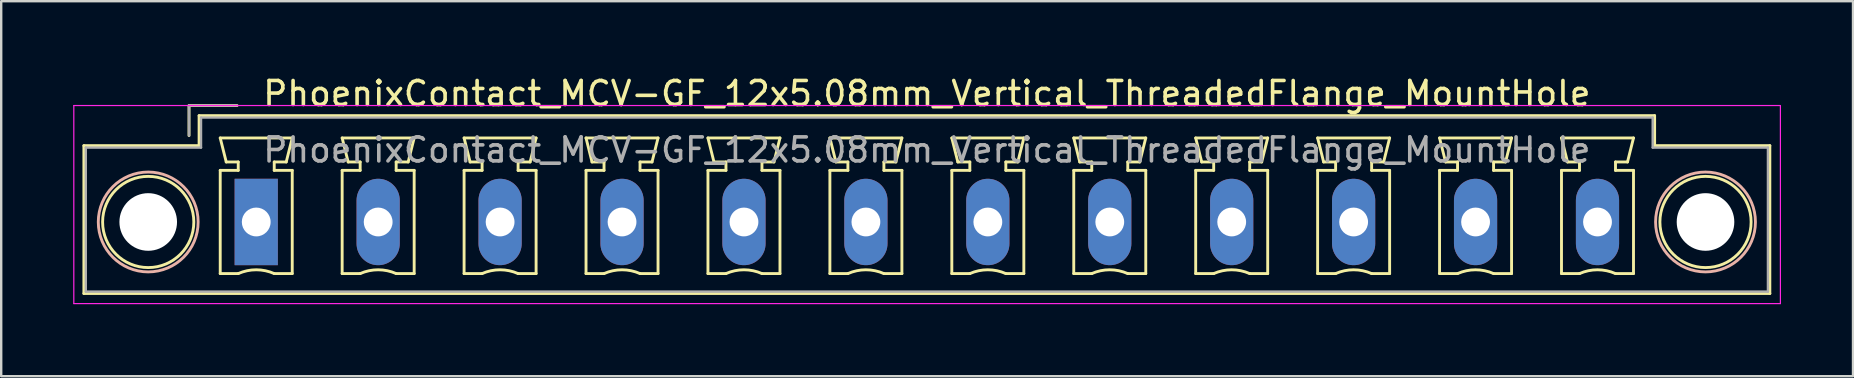
<source format=kicad_pcb>
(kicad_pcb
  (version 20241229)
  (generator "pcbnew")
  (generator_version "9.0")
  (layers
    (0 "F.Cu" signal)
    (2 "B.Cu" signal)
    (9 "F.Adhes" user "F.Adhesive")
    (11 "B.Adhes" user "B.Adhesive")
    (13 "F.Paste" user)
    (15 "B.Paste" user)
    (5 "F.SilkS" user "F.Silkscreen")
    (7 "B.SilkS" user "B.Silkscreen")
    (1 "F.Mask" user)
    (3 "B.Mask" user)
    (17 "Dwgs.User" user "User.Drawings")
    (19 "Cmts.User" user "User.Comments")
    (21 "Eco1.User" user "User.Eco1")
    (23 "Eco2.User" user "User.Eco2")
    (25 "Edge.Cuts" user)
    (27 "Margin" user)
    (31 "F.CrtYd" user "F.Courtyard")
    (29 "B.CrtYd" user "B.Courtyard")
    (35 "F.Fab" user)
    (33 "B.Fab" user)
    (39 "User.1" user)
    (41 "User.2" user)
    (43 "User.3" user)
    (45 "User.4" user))
  (footprint "PhoenixContact_MCV-GF_12x5.08mm_Vertical_ThreadedFlange_MountHole"
    (layer "F.Cu")
    (at 7.625 6.198)
    (property "Reference" "PhoenixContact_MCV-GF_12x5.08mm_Vertical_ThreadedFlange_MountHole" (at 27.94 -5.35 0) (layer "F.SilkS") (effects (font (size 1 1) (thickness 0.15))))
    (attr through_hole)
    (fp_line (start -7.18 -3.18) (end -7.18 2.98) (stroke (width 0.12) (type solid)) (layer "F.SilkS"))
    (fp_line (start -7.18 2.98) (end 63.06 2.98) (stroke (width 0.12) (type solid)) (layer "F.SilkS"))
    (fp_line (start -2.8 -4.85) (end -0.8 -4.85) (stroke (width 0.12) (type solid)) (layer "F.SilkS"))
    (fp_line (start -2.8 -3.6) (end -2.8 -4.85) (stroke (width 0.12) (type solid)) (layer "F.SilkS"))
    (fp_line (start -2.38 -4.43) (end -2.38 -3.18) (stroke (width 0.12) (type solid)) (layer "F.SilkS"))
    (fp_line (start -2.38 -3.18) (end -7.18 -3.18) (stroke (width 0.12) (type solid)) (layer "F.SilkS"))
    (fp_line (start -1.5 -3.5) (end 1.5 -3.5) (stroke (width 0.12) (type solid)) (layer "F.SilkS"))
    (fp_line (start -1.5 -2.15) (end -0.75 -2.15) (stroke (width 0.12) (type solid)) (layer "F.SilkS"))
    (fp_line (start -1.5 2.15) (end -1.5 -2.15) (stroke (width 0.12) (type solid)) (layer "F.SilkS"))
    (fp_line (start -1.25 -2.5) (end -1.5 -3.5) (stroke (width 0.12) (type solid)) (layer "F.SilkS"))
    (fp_line (start -0.75 -2.5) (end -1.25 -2.5) (stroke (width 0.12) (type solid)) (layer "F.SilkS"))
    (fp_line (start -0.75 -2.15) (end -0.75 -2.5) (stroke (width 0.12) (type solid)) (layer "F.SilkS"))
    (fp_line (start -0.75 2.15) (end -1.5 2.15) (stroke (width 0.12) (type solid)) (layer "F.SilkS"))
    (fp_line (start 0.75 -2.5) (end 0.75 -2.15) (stroke (width 0.12) (type solid)) (layer "F.SilkS"))
    (fp_line (start 0.75 -2.15) (end 1.5 -2.15) (stroke (width 0.12) (type solid)) (layer "F.SilkS"))
    (fp_line (start 1.25 -2.5) (end 0.75 -2.5) (stroke (width 0.12) (type solid)) (layer "F.SilkS"))
    (fp_line (start 1.5 -3.5) (end 1.25 -2.5) (stroke (width 0.12) (type solid)) (layer "F.SilkS"))
    (fp_line (start 1.5 -2.15) (end 1.5 2.15) (stroke (width 0.12) (type solid)) (layer "F.SilkS"))
    (fp_line (start 1.5 2.15) (end 0.75 2.15) (stroke (width 0.12) (type solid)) (layer "F.SilkS"))
    (fp_line (start 3.58 -3.5) (end 6.58 -3.5) (stroke (width 0.12) (type solid)) (layer "F.SilkS"))
    (fp_line (start 3.58 -2.15) (end 4.33 -2.15) (stroke (width 0.12) (type solid)) (layer "F.SilkS"))
    (fp_line (start 3.58 2.15) (end 3.58 -2.15) (stroke (width 0.12) (type solid)) (layer "F.SilkS"))
    (fp_line (start 3.83 -2.5) (end 3.58 -3.5) (stroke (width 0.12) (type solid)) (layer "F.SilkS"))
    (fp_line (start 4.33 -2.5) (end 3.83 -2.5) (stroke (width 0.12) (type solid)) (layer "F.SilkS"))
    (fp_line (start 4.33 -2.15) (end 4.33 -2.5) (stroke (width 0.12) (type solid)) (layer "F.SilkS"))
    (fp_line (start 4.33 2.15) (end 3.58 2.15) (stroke (width 0.12) (type solid)) (layer "F.SilkS"))
    (fp_line (start 5.83 -2.5) (end 5.83 -2.15) (stroke (width 0.12) (type solid)) (layer "F.SilkS"))
    (fp_line (start 5.83 -2.15) (end 6.58 -2.15) (stroke (width 0.12) (type solid)) (layer "F.SilkS"))
    (fp_line (start 6.33 -2.5) (end 5.83 -2.5) (stroke (width 0.12) (type solid)) (layer "F.SilkS"))
    (fp_line (start 6.58 -3.5) (end 6.33 -2.5) (stroke (width 0.12) (type solid)) (layer "F.SilkS"))
    (fp_line (start 6.58 -2.15) (end 6.58 2.15) (stroke (width 0.12) (type solid)) (layer "F.SilkS"))
    (fp_line (start 6.58 2.15) (end 5.83 2.15) (stroke (width 0.12) (type solid)) (layer "F.SilkS"))
    (fp_line (start 8.66 -3.5) (end 11.66 -3.5) (stroke (width 0.12) (type solid)) (layer "F.SilkS"))
    (fp_line (start 8.66 -2.15) (end 9.41 -2.15) (stroke (width 0.12) (type solid)) (layer "F.SilkS"))
    (fp_line (start 8.66 2.15) (end 8.66 -2.15) (stroke (width 0.12) (type solid)) (layer "F.SilkS"))
    (fp_line (start 8.91 -2.5) (end 8.66 -3.5) (stroke (width 0.12) (type solid)) (layer "F.SilkS"))
    (fp_line (start 9.41 -2.5) (end 8.91 -2.5) (stroke (width 0.12) (type solid)) (layer "F.SilkS"))
    (fp_line (start 9.41 -2.15) (end 9.41 -2.5) (stroke (width 0.12) (type solid)) (layer "F.SilkS"))
    (fp_line (start 9.41 2.15) (end 8.66 2.15) (stroke (width 0.12) (type solid)) (layer "F.SilkS"))
    (fp_line (start 10.91 -2.5) (end 10.91 -2.15) (stroke (width 0.12) (type solid)) (layer "F.SilkS"))
    (fp_line (start 10.91 -2.15) (end 11.66 -2.15) (stroke (width 0.12) (type solid)) (layer "F.SilkS"))
    (fp_line (start 11.41 -2.5) (end 10.91 -2.5) (stroke (width 0.12) (type solid)) (layer "F.SilkS"))
    (fp_line (start 11.66 -3.5) (end 11.41 -2.5) (stroke (width 0.12) (type solid)) (layer "F.SilkS"))
    (fp_line (start 11.66 -2.15) (end 11.66 2.15) (stroke (width 0.12) (type solid)) (layer "F.SilkS"))
    (fp_line (start 11.66 2.15) (end 10.91 2.15) (stroke (width 0.12) (type solid)) (layer "F.SilkS"))
    (fp_line (start 13.74 -3.5) (end 16.74 -3.5) (stroke (width 0.12) (type solid)) (layer "F.SilkS"))
    (fp_line (start 13.74 -2.15) (end 14.49 -2.15) (stroke (width 0.12) (type solid)) (layer "F.SilkS"))
    (fp_line (start 13.74 2.15) (end 13.74 -2.15) (stroke (width 0.12) (type solid)) (layer "F.SilkS"))
    (fp_line (start 13.99 -2.5) (end 13.74 -3.5) (stroke (width 0.12) (type solid)) (layer "F.SilkS"))
    (fp_line (start 14.49 -2.5) (end 13.99 -2.5) (stroke (width 0.12) (type solid)) (layer "F.SilkS"))
    (fp_line (start 14.49 -2.15) (end 14.49 -2.5) (stroke (width 0.12) (type solid)) (layer "F.SilkS"))
    (fp_line (start 14.49 2.15) (end 13.74 2.15) (stroke (width 0.12) (type solid)) (layer "F.SilkS"))
    (fp_line (start 15.99 -2.5) (end 15.99 -2.15) (stroke (width 0.12) (type solid)) (layer "F.SilkS"))
    (fp_line (start 15.99 -2.15) (end 16.74 -2.15) (stroke (width 0.12) (type solid)) (layer "F.SilkS"))
    (fp_line (start 16.49 -2.5) (end 15.99 -2.5) (stroke (width 0.12) (type solid)) (layer "F.SilkS"))
    (fp_line (start 16.74 -3.5) (end 16.49 -2.5) (stroke (width 0.12) (type solid)) (layer "F.SilkS"))
    (fp_line (start 16.74 -2.15) (end 16.74 2.15) (stroke (width 0.12) (type solid)) (layer "F.SilkS"))
    (fp_line (start 16.74 2.15) (end 15.99 2.15) (stroke (width 0.12) (type solid)) (layer "F.SilkS"))
    (fp_line (start 18.82 -3.5) (end 21.82 -3.5) (stroke (width 0.12) (type solid)) (layer "F.SilkS"))
    (fp_line (start 18.82 -2.15) (end 19.57 -2.15) (stroke (width 0.12) (type solid)) (layer "F.SilkS"))
    (fp_line (start 18.82 2.15) (end 18.82 -2.15) (stroke (width 0.12) (type solid)) (layer "F.SilkS"))
    (fp_line (start 19.07 -2.5) (end 18.82 -3.5) (stroke (width 0.12) (type solid)) (layer "F.SilkS"))
    (fp_line (start 19.57 -2.5) (end 19.07 -2.5) (stroke (width 0.12) (type solid)) (layer "F.SilkS"))
    (fp_line (start 19.57 -2.15) (end 19.57 -2.5) (stroke (width 0.12) (type solid)) (layer "F.SilkS"))
    (fp_line (start 19.57 2.15) (end 18.82 2.15) (stroke (width 0.12) (type solid)) (layer "F.SilkS"))
    (fp_line (start 21.07 -2.5) (end 21.07 -2.15) (stroke (width 0.12) (type solid)) (layer "F.SilkS"))
    (fp_line (start 21.07 -2.15) (end 21.82 -2.15) (stroke (width 0.12) (type solid)) (layer "F.SilkS"))
    (fp_line (start 21.57 -2.5) (end 21.07 -2.5) (stroke (width 0.12) (type solid)) (layer "F.SilkS"))
    (fp_line (start 21.82 -3.5) (end 21.57 -2.5) (stroke (width 0.12) (type solid)) (layer "F.SilkS"))
    (fp_line (start 21.82 -2.15) (end 21.82 2.15) (stroke (width 0.12) (type solid)) (layer "F.SilkS"))
    (fp_line (start 21.82 2.15) (end 21.07 2.15) (stroke (width 0.12) (type solid)) (layer "F.SilkS"))
    (fp_line (start 23.9 -3.5) (end 26.9 -3.5) (stroke (width 0.12) (type solid)) (layer "F.SilkS"))
    (fp_line (start 23.9 -2.15) (end 24.65 -2.15) (stroke (width 0.12) (type solid)) (layer "F.SilkS"))
    (fp_line (start 23.9 2.15) (end 23.9 -2.15) (stroke (width 0.12) (type solid)) (layer "F.SilkS"))
    (fp_line (start 24.15 -2.5) (end 23.9 -3.5) (stroke (width 0.12) (type solid)) (layer "F.SilkS"))
    (fp_line (start 24.65 -2.5) (end 24.15 -2.5) (stroke (width 0.12) (type solid)) (layer "F.SilkS"))
    (fp_line (start 24.65 -2.15) (end 24.65 -2.5) (stroke (width 0.12) (type solid)) (layer "F.SilkS"))
    (fp_line (start 24.65 2.15) (end 23.9 2.15) (stroke (width 0.12) (type solid)) (layer "F.SilkS"))
    (fp_line (start 26.15 -2.5) (end 26.15 -2.15) (stroke (width 0.12) (type solid)) (layer "F.SilkS"))
    (fp_line (start 26.15 -2.15) (end 26.9 -2.15) (stroke (width 0.12) (type solid)) (layer "F.SilkS"))
    (fp_line (start 26.65 -2.5) (end 26.15 -2.5) (stroke (width 0.12) (type solid)) (layer "F.SilkS"))
    (fp_line (start 26.9 -3.5) (end 26.65 -2.5) (stroke (width 0.12) (type solid)) (layer "F.SilkS"))
    (fp_line (start 26.9 -2.15) (end 26.9 2.15) (stroke (width 0.12) (type solid)) (layer "F.SilkS"))
    (fp_line (start 26.9 2.15) (end 26.15 2.15) (stroke (width 0.12) (type solid)) (layer "F.SilkS"))
    (fp_line (start 28.98 -3.5) (end 31.98 -3.5) (stroke (width 0.12) (type solid)) (layer "F.SilkS"))
    (fp_line (start 28.98 -2.15) (end 29.73 -2.15) (stroke (width 0.12) (type solid)) (layer "F.SilkS"))
    (fp_line (start 28.98 2.15) (end 28.98 -2.15) (stroke (width 0.12) (type solid)) (layer "F.SilkS"))
    (fp_line (start 29.23 -2.5) (end 28.98 -3.5) (stroke (width 0.12) (type solid)) (layer "F.SilkS"))
    (fp_line (start 29.73 -2.5) (end 29.23 -2.5) (stroke (width 0.12) (type solid)) (layer "F.SilkS"))
    (fp_line (start 29.73 -2.15) (end 29.73 -2.5) (stroke (width 0.12) (type solid)) (layer "F.SilkS"))
    (fp_line (start 29.73 2.15) (end 28.98 2.15) (stroke (width 0.12) (type solid)) (layer "F.SilkS"))
    (fp_line (start 31.23 -2.5) (end 31.23 -2.15) (stroke (width 0.12) (type solid)) (layer "F.SilkS"))
    (fp_line (start 31.23 -2.15) (end 31.98 -2.15) (stroke (width 0.12) (type solid)) (layer "F.SilkS"))
    (fp_line (start 31.73 -2.5) (end 31.23 -2.5) (stroke (width 0.12) (type solid)) (layer "F.SilkS"))
    (fp_line (start 31.98 -3.5) (end 31.73 -2.5) (stroke (width 0.12) (type solid)) (layer "F.SilkS"))
    (fp_line (start 31.98 -2.15) (end 31.98 2.15) (stroke (width 0.12) (type solid)) (layer "F.SilkS"))
    (fp_line (start 31.98 2.15) (end 31.23 2.15) (stroke (width 0.12) (type solid)) (layer "F.SilkS"))
    (fp_line (start 34.06 -3.5) (end 37.06 -3.5) (stroke (width 0.12) (type solid)) (layer "F.SilkS"))
    (fp_line (start 34.06 -2.15) (end 34.81 -2.15) (stroke (width 0.12) (type solid)) (layer "F.SilkS"))
    (fp_line (start 34.06 2.15) (end 34.06 -2.15) (stroke (width 0.12) (type solid)) (layer "F.SilkS"))
    (fp_line (start 34.31 -2.5) (end 34.06 -3.5) (stroke (width 0.12) (type solid)) (layer "F.SilkS"))
    (fp_line (start 34.81 -2.5) (end 34.31 -2.5) (stroke (width 0.12) (type solid)) (layer "F.SilkS"))
    (fp_line (start 34.81 -2.15) (end 34.81 -2.5) (stroke (width 0.12) (type solid)) (layer "F.SilkS"))
    (fp_line (start 34.81 2.15) (end 34.06 2.15) (stroke (width 0.12) (type solid)) (layer "F.SilkS"))
    (fp_line (start 36.31 -2.5) (end 36.31 -2.15) (stroke (width 0.12) (type solid)) (layer "F.SilkS"))
    (fp_line (start 36.31 -2.15) (end 37.06 -2.15) (stroke (width 0.12) (type solid)) (layer "F.SilkS"))
    (fp_line (start 36.81 -2.5) (end 36.31 -2.5) (stroke (width 0.12) (type solid)) (layer "F.SilkS"))
    (fp_line (start 37.06 -3.5) (end 36.81 -2.5) (stroke (width 0.12) (type solid)) (layer "F.SilkS"))
    (fp_line (start 37.06 -2.15) (end 37.06 2.15) (stroke (width 0.12) (type solid)) (layer "F.SilkS"))
    (fp_line (start 37.06 2.15) (end 36.31 2.15) (stroke (width 0.12) (type solid)) (layer "F.SilkS"))
    (fp_line (start 39.14 -3.5) (end 42.14 -3.5) (stroke (width 0.12) (type solid)) (layer "F.SilkS"))
    (fp_line (start 39.14 -2.15) (end 39.89 -2.15) (stroke (width 0.12) (type solid)) (layer "F.SilkS"))
    (fp_line (start 39.14 2.15) (end 39.14 -2.15) (stroke (width 0.12) (type solid)) (layer "F.SilkS"))
    (fp_line (start 39.39 -2.5) (end 39.14 -3.5) (stroke (width 0.12) (type solid)) (layer "F.SilkS"))
    (fp_line (start 39.89 -2.5) (end 39.39 -2.5) (stroke (width 0.12) (type solid)) (layer "F.SilkS"))
    (fp_line (start 39.89 -2.15) (end 39.89 -2.5) (stroke (width 0.12) (type solid)) (layer "F.SilkS"))
    (fp_line (start 39.89 2.15) (end 39.14 2.15) (stroke (width 0.12) (type solid)) (layer "F.SilkS"))
    (fp_line (start 41.39 -2.5) (end 41.39 -2.15) (stroke (width 0.12) (type solid)) (layer "F.SilkS"))
    (fp_line (start 41.39 -2.15) (end 42.14 -2.15) (stroke (width 0.12) (type solid)) (layer "F.SilkS"))
    (fp_line (start 41.89 -2.5) (end 41.39 -2.5) (stroke (width 0.12) (type solid)) (layer "F.SilkS"))
    (fp_line (start 42.14 -3.5) (end 41.89 -2.5) (stroke (width 0.12) (type solid)) (layer "F.SilkS"))
    (fp_line (start 42.14 -2.15) (end 42.14 2.15) (stroke (width 0.12) (type solid)) (layer "F.SilkS"))
    (fp_line (start 42.14 2.15) (end 41.39 2.15) (stroke (width 0.12) (type solid)) (layer "F.SilkS"))
    (fp_line (start 44.22 -3.5) (end 47.22 -3.5) (stroke (width 0.12) (type solid)) (layer "F.SilkS"))
    (fp_line (start 44.22 -2.15) (end 44.97 -2.15) (stroke (width 0.12) (type solid)) (layer "F.SilkS"))
    (fp_line (start 44.22 2.15) (end 44.22 -2.15) (stroke (width 0.12) (type solid)) (layer "F.SilkS"))
    (fp_line (start 44.47 -2.5) (end 44.22 -3.5) (stroke (width 0.12) (type solid)) (layer "F.SilkS"))
    (fp_line (start 44.97 -2.5) (end 44.47 -2.5) (stroke (width 0.12) (type solid)) (layer "F.SilkS"))
    (fp_line (start 44.97 -2.15) (end 44.97 -2.5) (stroke (width 0.12) (type solid)) (layer "F.SilkS"))
    (fp_line (start 44.97 2.15) (end 44.22 2.15) (stroke (width 0.12) (type solid)) (layer "F.SilkS"))
    (fp_line (start 46.47 -2.5) (end 46.47 -2.15) (stroke (width 0.12) (type solid)) (layer "F.SilkS"))
    (fp_line (start 46.47 -2.15) (end 47.22 -2.15) (stroke (width 0.12) (type solid)) (layer "F.SilkS"))
    (fp_line (start 46.97 -2.5) (end 46.47 -2.5) (stroke (width 0.12) (type solid)) (layer "F.SilkS"))
    (fp_line (start 47.22 -3.5) (end 46.97 -2.5) (stroke (width 0.12) (type solid)) (layer "F.SilkS"))
    (fp_line (start 47.22 -2.15) (end 47.22 2.15) (stroke (width 0.12) (type solid)) (layer "F.SilkS"))
    (fp_line (start 47.22 2.15) (end 46.47 2.15) (stroke (width 0.12) (type solid)) (layer "F.SilkS"))
    (fp_line (start 49.3 -3.5) (end 52.3 -3.5) (stroke (width 0.12) (type solid)) (layer "F.SilkS"))
    (fp_line (start 49.3 -2.15) (end 50.05 -2.15) (stroke (width 0.12) (type solid)) (layer "F.SilkS"))
    (fp_line (start 49.3 2.15) (end 49.3 -2.15) (stroke (width 0.12) (type solid)) (layer "F.SilkS"))
    (fp_line (start 49.55 -2.5) (end 49.3 -3.5) (stroke (width 0.12) (type solid)) (layer "F.SilkS"))
    (fp_line (start 50.05 -2.5) (end 49.55 -2.5) (stroke (width 0.12) (type solid)) (layer "F.SilkS"))
    (fp_line (start 50.05 -2.15) (end 50.05 -2.5) (stroke (width 0.12) (type solid)) (layer "F.SilkS"))
    (fp_line (start 50.05 2.15) (end 49.3 2.15) (stroke (width 0.12) (type solid)) (layer "F.SilkS"))
    (fp_line (start 51.55 -2.5) (end 51.55 -2.15) (stroke (width 0.12) (type solid)) (layer "F.SilkS"))
    (fp_line (start 51.55 -2.15) (end 52.3 -2.15) (stroke (width 0.12) (type solid)) (layer "F.SilkS"))
    (fp_line (start 52.05 -2.5) (end 51.55 -2.5) (stroke (width 0.12) (type solid)) (layer "F.SilkS"))
    (fp_line (start 52.3 -3.5) (end 52.05 -2.5) (stroke (width 0.12) (type solid)) (layer "F.SilkS"))
    (fp_line (start 52.3 -2.15) (end 52.3 2.15) (stroke (width 0.12) (type solid)) (layer "F.SilkS"))
    (fp_line (start 52.3 2.15) (end 51.55 2.15) (stroke (width 0.12) (type solid)) (layer "F.SilkS"))
    (fp_line (start 54.38 -3.5) (end 57.38 -3.5) (stroke (width 0.12) (type solid)) (layer "F.SilkS"))
    (fp_line (start 54.38 -2.15) (end 55.13 -2.15) (stroke (width 0.12) (type solid)) (layer "F.SilkS"))
    (fp_line (start 54.38 2.15) (end 54.38 -2.15) (stroke (width 0.12) (type solid)) (layer "F.SilkS"))
    (fp_line (start 54.63 -2.5) (end 54.38 -3.5) (stroke (width 0.12) (type solid)) (layer "F.SilkS"))
    (fp_line (start 55.13 -2.5) (end 54.63 -2.5) (stroke (width 0.12) (type solid)) (layer "F.SilkS"))
    (fp_line (start 55.13 -2.15) (end 55.13 -2.5) (stroke (width 0.12) (type solid)) (layer "F.SilkS"))
    (fp_line (start 55.13 2.15) (end 54.38 2.15) (stroke (width 0.12) (type solid)) (layer "F.SilkS"))
    (fp_line (start 56.63 -2.5) (end 56.63 -2.15) (stroke (width 0.12) (type solid)) (layer "F.SilkS"))
    (fp_line (start 56.63 -2.15) (end 57.38 -2.15) (stroke (width 0.12) (type solid)) (layer "F.SilkS"))
    (fp_line (start 57.13 -2.5) (end 56.63 -2.5) (stroke (width 0.12) (type solid)) (layer "F.SilkS"))
    (fp_line (start 57.38 -3.5) (end 57.13 -2.5) (stroke (width 0.12) (type solid)) (layer "F.SilkS"))
    (fp_line (start 57.38 -2.15) (end 57.38 2.15) (stroke (width 0.12) (type solid)) (layer "F.SilkS"))
    (fp_line (start 57.38 2.15) (end 56.63 2.15) (stroke (width 0.12) (type solid)) (layer "F.SilkS"))
    (fp_line (start 58.26 -4.43) (end -2.38 -4.43) (stroke (width 0.12) (type solid)) (layer "F.SilkS"))
    (fp_line (start 58.26 -3.18) (end 58.26 -4.43) (stroke (width 0.12) (type solid)) (layer "F.SilkS"))
    (fp_line (start 63.06 -3.18) (end 58.26 -3.18) (stroke (width 0.12) (type solid)) (layer "F.SilkS"))
    (fp_line (start 63.06 2.98) (end 63.06 -3.18) (stroke (width 0.12) (type solid)) (layer "F.SilkS"))
    (fp_arc (start -0.75 2.15) (mid -0.000193 1.99191) (end 0.749647 2.149844) (stroke (width 0.12) (type solid)) (layer "F.SilkS"))
    (fp_arc (start 4.33 2.15) (mid 5.079807 1.99191) (end 5.829647 2.149844) (stroke (width 0.12) (type solid)) (layer "F.SilkS"))
    (fp_arc (start 9.41 2.15) (mid 10.159807 1.99191) (end 10.909647 2.149844) (stroke (width 0.12) (type solid)) (layer "F.SilkS"))
    (fp_arc (start 14.49 2.15) (mid 15.239807 1.99191) (end 15.989647 2.149844) (stroke (width 0.12) (type solid)) (layer "F.SilkS"))
    (fp_arc (start 19.57 2.15) (mid 20.319807 1.99191) (end 21.069647 2.149844) (stroke (width 0.12) (type solid)) (layer "F.SilkS"))
    (fp_arc (start 24.65 2.15) (mid 25.399807 1.99191) (end 26.149647 2.149844) (stroke (width 0.12) (type solid)) (layer "F.SilkS"))
    (fp_arc (start 29.73 2.15) (mid 30.479807 1.99191) (end 31.229647 2.149844) (stroke (width 0.12) (type solid)) (layer "F.SilkS"))
    (fp_arc (start 34.81 2.15) (mid 35.559807 1.99191) (end 36.309647 2.149844) (stroke (width 0.12) (type solid)) (layer "F.SilkS"))
    (fp_arc (start 39.89 2.15) (mid 40.639807 1.99191) (end 41.389647 2.149844) (stroke (width 0.12) (type solid)) (layer "F.SilkS"))
    (fp_arc (start 44.97 2.15) (mid 45.719807 1.99191) (end 46.469647 2.149844) (stroke (width 0.12) (type solid)) (layer "F.SilkS"))
    (fp_arc (start 50.05 2.15) (mid 50.799807 1.99191) (end 51.549647 2.149844) (stroke (width 0.12) (type solid)) (layer "F.SilkS"))
    (fp_arc (start 55.13 2.15) (mid 55.879807 1.99191) (end 56.629647 2.149844) (stroke (width 0.12) (type solid)) (layer "F.SilkS"))
    (fp_circle (center -4.5 0) (end -2.6 0) (stroke (width 0.12) (type solid)) (fill no) (layer "F.SilkS"))
    (fp_circle (center 60.38 0) (end 62.28 0) (stroke (width 0.12) (type solid)) (fill no) (layer "F.SilkS"))
    (fp_circle (center -4.5 0) (end -2.42 0) (stroke (width 0.12) (type solid)) (fill no) (layer "B.SilkS"))
    (fp_circle (center 60.38 0) (end 62.46 0) (stroke (width 0.12) (type solid)) (fill no) (layer "B.SilkS"))
    (fp_line (start -7.6 -4.85) (end -7.6 3.4) (stroke (width 0.05) (type solid)) (layer "F.CrtYd"))
    (fp_line (start -7.6 3.4) (end 63.5 3.4) (stroke (width 0.05) (type solid)) (layer "F.CrtYd"))
    (fp_line (start 63.5 -4.85) (end -7.6 -4.85) (stroke (width 0.05) (type solid)) (layer "F.CrtYd"))
    (fp_line (start 63.5 3.4) (end 63.5 -4.85) (stroke (width 0.05) (type solid)) (layer "F.CrtYd"))
    (fp_line (start -7.1 -3.1) (end -7.1 2.9) (stroke (width 0.1) (type solid)) (layer "F.Fab"))
    (fp_line (start -7.1 2.9) (end 62.98 2.9) (stroke (width 0.1) (type solid)) (layer "F.Fab"))
    (fp_line (start -2.8 -4.85) (end -0.8 -4.85) (stroke (width 0.1) (type solid)) (layer "F.Fab"))
    (fp_line (start -2.8 -3.6) (end -2.8 -4.85) (stroke (width 0.1) (type solid)) (layer "F.Fab"))
    (fp_line (start -2.3 -4.35) (end -2.3 -3.1) (stroke (width 0.1) (type solid)) (layer "F.Fab"))
    (fp_line (start -2.3 -3.1) (end -7.1 -3.1) (stroke (width 0.1) (type solid)) (layer "F.Fab"))
    (fp_line (start 58.18 -4.35) (end -2.3 -4.35) (stroke (width 0.1) (type solid)) (layer "F.Fab"))
    (fp_line (start 58.18 -3.1) (end 58.18 -4.35) (stroke (width 0.1) (type solid)) (layer "F.Fab"))
    (fp_line (start 62.98 -3.1) (end 58.18 -3.1) (stroke (width 0.1) (type solid)) (layer "F.Fab"))
    (fp_line (start 62.98 2.9) (end 62.98 -3.1) (stroke (width 0.1) (type solid)) (layer "F.Fab"))
    (fp_text user "${REFERENCE}" (at 27.94 -3 0) (layer "F.Fab") (effects (font (size 1 1) (thickness 0.15))))
    (pad "" np_thru_hole circle (at -4.5 0) (size 2.4 2.4) (drill 2.4) (layers "*.Cu" "*.Mask"))
    (pad "" np_thru_hole circle (at 60.38 0) (size 2.4 2.4) (drill 2.4) (layers "*.Cu" "*.Mask"))
    (pad "1" thru_hole rect (at 0 0) (size 1.8 3.6) (drill 1.2) (layers "*.Cu" "*.Mask"))
    (pad "2" thru_hole oval (at 5.08 0) (size 1.8 3.6) (drill 1.2) (layers "*.Cu" "*.Mask"))
    (pad "3" thru_hole oval (at 10.16 0) (size 1.8 3.6) (drill 1.2) (layers "*.Cu" "*.Mask"))
    (pad "4" thru_hole oval (at 15.24 0) (size 1.8 3.6) (drill 1.2) (layers "*.Cu" "*.Mask"))
    (pad "5" thru_hole oval (at 20.32 0) (size 1.8 3.6) (drill 1.2) (layers "*.Cu" "*.Mask"))
    (pad "6" thru_hole oval (at 25.4 0) (size 1.8 3.6) (drill 1.2) (layers "*.Cu" "*.Mask"))
    (pad "7" thru_hole oval (at 30.48 0) (size 1.8 3.6) (drill 1.2) (layers "*.Cu" "*.Mask"))
    (pad "8" thru_hole oval (at 35.56 0) (size 1.8 3.6) (drill 1.2) (layers "*.Cu" "*.Mask"))
    (pad "9" thru_hole oval (at 40.64 0) (size 1.8 3.6) (drill 1.2) (layers "*.Cu" "*.Mask"))
    (pad "10" thru_hole oval (at 45.72 0) (size 1.8 3.6) (drill 1.2) (layers "*.Cu" "*.Mask"))
    (pad "11" thru_hole oval (at 50.8 0) (size 1.8 3.6) (drill 1.2) (layers "*.Cu" "*.Mask"))
    (pad "12" thru_hole oval (at 55.88 0) (size 1.8 3.6) (drill 1.2) (layers "*.Cu" "*.Mask")))
  (gr_rect
    (start -3 -3)
    (end 74.15 12.623)
    (stroke (width 0.1) (type default))
    (fill no)
    (layer "Edge.Cuts")))
</source>
